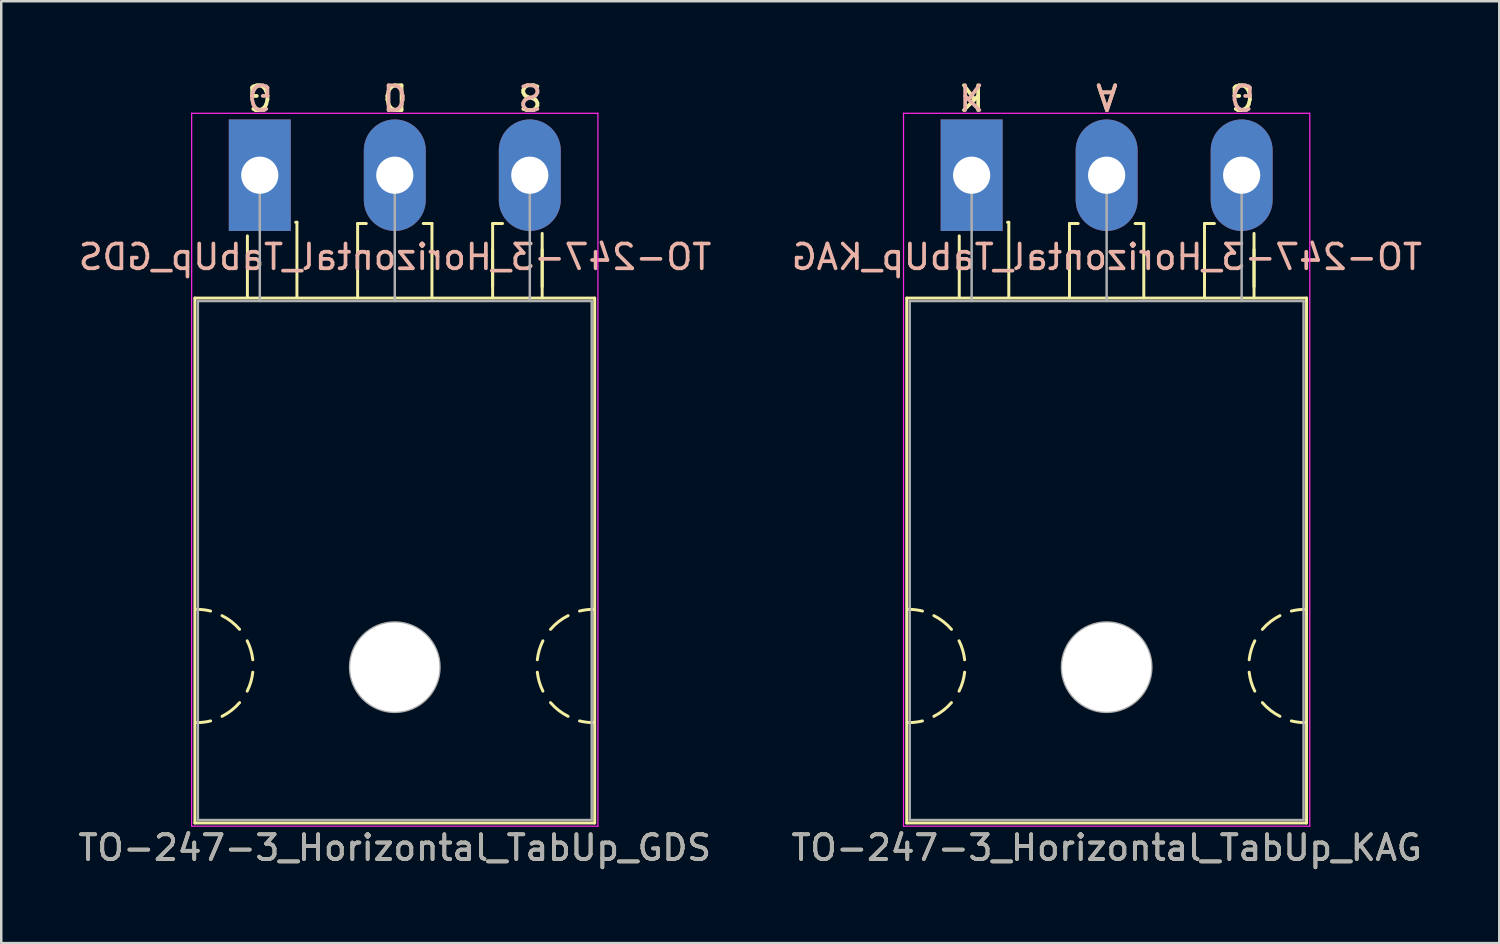
<source format=kicad_pcb>
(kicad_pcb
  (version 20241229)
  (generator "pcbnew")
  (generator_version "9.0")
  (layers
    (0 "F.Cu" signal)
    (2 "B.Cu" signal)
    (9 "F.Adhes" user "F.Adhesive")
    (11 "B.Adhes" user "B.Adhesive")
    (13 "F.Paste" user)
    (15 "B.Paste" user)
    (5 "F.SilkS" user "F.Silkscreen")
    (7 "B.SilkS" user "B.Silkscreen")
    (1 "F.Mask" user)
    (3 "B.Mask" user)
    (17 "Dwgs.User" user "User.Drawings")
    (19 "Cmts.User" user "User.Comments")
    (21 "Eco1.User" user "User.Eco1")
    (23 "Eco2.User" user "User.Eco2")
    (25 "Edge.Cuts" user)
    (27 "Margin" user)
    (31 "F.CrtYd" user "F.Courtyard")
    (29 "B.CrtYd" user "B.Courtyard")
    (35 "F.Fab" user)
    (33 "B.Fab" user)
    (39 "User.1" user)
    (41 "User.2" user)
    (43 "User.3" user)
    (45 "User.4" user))
  (footprint "TO-247-3_Horizontal_TabUp_KAG"
    (layer "F.Cu")
    (at 36.174 4.023)
    (property "Reference" "TO-247-3_Horizontal_TabUp_KAG" (at 5.45 27.15 0) (layer "F.SilkS") (effects (font (size 1 1) (thickness 0.15))))
    (fp_line (start -2.62 4.96) (end -2.62 26.15) (stroke (width 0.12) (type solid)) (layer "F.SilkS"))
    (fp_line (start -2.62 4.96) (end 13.52 4.96) (stroke (width 0.12) (type solid)) (layer "F.SilkS"))
    (fp_line (start -2.62 26.15) (end 13.52 26.15) (stroke (width 0.12) (type solid)) (layer "F.SilkS"))
    (fp_line (start -0.5 4.9) (end -0.5 2.45) (stroke (width 0.12) (type solid)) (layer "F.SilkS"))
    (fp_line (start 1.5 1.9) (end 1.45 1.9) (stroke (width 0.12) (type solid)) (layer "F.SilkS"))
    (fp_line (start 1.5 4.9) (end 1.5 1.9) (stroke (width 0.12) (type solid)) (layer "F.SilkS"))
    (fp_line (start 3.95 1.95) (end 4.3 1.95) (stroke (width 0.12) (type solid)) (layer "F.SilkS"))
    (fp_line (start 3.95 4.95) (end 3.95 1.95) (stroke (width 0.12) (type solid)) (layer "F.SilkS"))
    (fp_line (start 6.95 1.95) (end 6.6 1.95) (stroke (width 0.12) (type solid)) (layer "F.SilkS"))
    (fp_line (start 6.95 4.95) (end 6.95 1.95) (stroke (width 0.12) (type solid)) (layer "F.SilkS"))
    (fp_line (start 9.4 1.95) (end 9.8 1.95) (stroke (width 0.12) (type solid)) (layer "F.SilkS"))
    (fp_line (start 9.4 4.5) (end 9.4 3) (stroke (width 0.12) (type solid)) (layer "F.SilkS"))
    (fp_line (start 9.4 4.95) (end 9.4 1.95) (stroke (width 0.12) (type solid)) (layer "F.SilkS"))
    (fp_line (start 11.4 4.5) (end 11.4 3) (stroke (width 0.12) (type solid)) (layer "F.SilkS"))
    (fp_line (start 11.4 4.95) (end 11.4 2.35) (stroke (width 0.12) (type solid)) (layer "F.SilkS"))
    (fp_line (start 13.52 4.96) (end 13.52 26.15) (stroke (width 0.12) (type solid)) (layer "F.SilkS"))
    (fp_arc (start -2.54 17.526) (mid -2.260689 17.543128) (end -1.985564 17.594254) (stroke (width 0.12) (type solid)) (layer "F.SilkS"))
    (fp_arc (start -1.985564 22.029746) (mid -2.260689 22.080872) (end -2.54 22.098) (stroke (width 0.12) (type solid)) (layer "F.SilkS"))
    (fp_arc (start -1.524001 17.780001) (mid -1.14188 18.02132) (end -0.815088 18.333504) (stroke (width 0.12) (type solid)) (layer "F.SilkS"))
    (fp_arc (start -0.815087 21.290497) (mid -1.141879 21.60268) (end -1.524 21.844) (stroke (width 0.12) (type solid)) (layer "F.SilkS"))
    (fp_arc (start -0.508001 18.796001) (mid -0.361178 19.168563) (end -0.282051 19.561117) (stroke (width 0.12) (type solid)) (layer "F.SilkS"))
    (fp_arc (start -0.282051 20.062883) (mid -0.361178 20.455437) (end -0.508001 20.827999) (stroke (width 0.12) (type solid)) (layer "F.SilkS"))
    (fp_arc (start 11.204051 19.561117) (mid 11.283178 19.168563) (end 11.430001 18.796001) (stroke (width 0.12) (type solid)) (layer "F.SilkS"))
    (fp_arc (start 11.430001 20.827999) (mid 11.283178 20.455437) (end 11.204051 20.062883) (stroke (width 0.12) (type solid)) (layer "F.SilkS"))
    (fp_arc (start 11.737087 18.333503) (mid 12.063879 18.02132) (end 12.446 17.78) (stroke (width 0.12) (type solid)) (layer "F.SilkS"))
    (fp_arc (start 12.446001 21.843999) (mid 12.06388 21.60268) (end 11.737088 21.290496) (stroke (width 0.12) (type solid)) (layer "F.SilkS"))
    (fp_arc (start 12.907564 17.594254) (mid 13.182689 17.543128) (end 13.462 17.526) (stroke (width 0.12) (type solid)) (layer "F.SilkS"))
    (fp_arc (start 13.462 22.098) (mid 13.182689 22.080872) (end 12.907564 22.029746) (stroke (width 0.12) (type solid)) (layer "F.SilkS"))
    (fp_line (start -2.75 -2.5) (end -2.75 26.28) (stroke (width 0.05) (type solid)) (layer "F.CrtYd"))
    (fp_line (start -2.75 26.28) (end 13.65 26.28) (stroke (width 0.05) (type solid)) (layer "F.CrtYd"))
    (fp_line (start 13.65 -2.5) (end -2.75 -2.5) (stroke (width 0.05) (type solid)) (layer "F.CrtYd"))
    (fp_line (start 13.65 26.28) (end 13.65 -2.5) (stroke (width 0.05) (type solid)) (layer "F.CrtYd"))
    (fp_line (start -2.5 5.08) (end -2.5 26.03) (stroke (width 0.1) (type solid)) (layer "F.Fab"))
    (fp_line (start -2.5 26.03) (end 13.4 26.03) (stroke (width 0.1) (type solid)) (layer "F.Fab"))
    (fp_line (start 0 5.08) (end 0 0) (stroke (width 0.1) (type solid)) (layer "F.Fab"))
    (fp_line (start 5.45 5.08) (end 5.45 0) (stroke (width 0.1) (type solid)) (layer "F.Fab"))
    (fp_line (start 10.9 5.08) (end 10.9 0) (stroke (width 0.1) (type solid)) (layer "F.Fab"))
    (fp_line (start 13.4 5.08) (end -2.5 5.08) (stroke (width 0.1) (type solid)) (layer "F.Fab"))
    (fp_line (start 13.4 26.03) (end 13.4 5.08) (stroke (width 0.1) (type solid)) (layer "F.Fab"))
    (fp_circle (center 5.45 19.86) (end 7.255 19.86) (stroke (width 0.1) (type solid)) (fill no) (layer "F.Fab"))
    (fp_text user "G" (at 10.922 -3.175 180) (unlocked yes) (layer "F.SilkS") (effects (font (size 1 1) (thickness 0.15))))
    (fp_text user "K" (at 0 -3.175 180) (unlocked yes) (layer "F.SilkS") (effects (font (size 1 1) (thickness 0.15))))
    (fp_text user "A" (at 5.461 -3.175 180) (unlocked yes) (layer "F.SilkS") (effects (font (size 1 1) (thickness 0.15))))
    (fp_text user "K" (at 0 -3.175 180) (unlocked yes) (layer "B.SilkS") (effects (font (size 1 1) (thickness 0.15)) (justify mirror)))
    (fp_text user "A" (at 5.461 -3.175 180) (unlocked yes) (layer "B.SilkS") (effects (font (size 1 1) (thickness 0.15)) (justify mirror)))
    (fp_text user "G" (at 10.922 -3.175 180) (unlocked yes) (layer "B.SilkS") (effects (font (size 1 1) (thickness 0.15)) (justify mirror)))
    (fp_text user "${REFERENCE}" (at 5.461 3.302 0) (layer "B.SilkS") (effects (font (size 1 1) (thickness 0.15)) (justify mirror)))
    (fp_text user "${REFERENCE}" (at 5.45 27.15 0) (layer "F.Fab") (effects (font (size 1 1) (thickness 0.15))))
    (pad "" np_thru_hole oval (at 5.45 19.86) (size 3.6 3.6) (drill 3.6) (layers "*.Cu" "*.Mask"))
    (pad "1" thru_hole rect (at 0 0) (size 2.5 4.5) (drill 1.5) (layers "*.Cu" "*.Mask"))
    (pad "2" thru_hole oval (at 5.45 0) (size 2.5 4.5) (drill 1.5) (layers "*.Cu" "*.Mask"))
    (pad "3" thru_hole oval (at 10.9 0) (size 2.5 4.5) (drill 1.5) (layers "*.Cu" "*.Mask")))
  (footprint "TO-247-3_Horizontal_TabUp_GDS"
    (layer "F.Cu")
    (at 7.437 4.023)
    (property "Reference" "TO-247-3_Horizontal_TabUp_GDS" (at 5.45 27.15 0) (layer "F.SilkS") (effects (font (size 1 1) (thickness 0.15))))
    (fp_line (start -2.62 4.96) (end -2.62 26.15) (stroke (width 0.12) (type solid)) (layer "F.SilkS"))
    (fp_line (start -2.62 4.96) (end 13.52 4.96) (stroke (width 0.12) (type solid)) (layer "F.SilkS"))
    (fp_line (start -2.62 26.15) (end 13.52 26.15) (stroke (width 0.12) (type solid)) (layer "F.SilkS"))
    (fp_line (start -0.5 4.9) (end -0.5 2.45) (stroke (width 0.12) (type solid)) (layer "F.SilkS"))
    (fp_line (start 1.5 1.9) (end 1.45 1.9) (stroke (width 0.12) (type solid)) (layer "F.SilkS"))
    (fp_line (start 1.5 4.9) (end 1.5 1.9) (stroke (width 0.12) (type solid)) (layer "F.SilkS"))
    (fp_line (start 3.95 1.95) (end 4.3 1.95) (stroke (width 0.12) (type solid)) (layer "F.SilkS"))
    (fp_line (start 3.95 4.95) (end 3.95 1.95) (stroke (width 0.12) (type solid)) (layer "F.SilkS"))
    (fp_line (start 6.95 1.95) (end 6.6 1.95) (stroke (width 0.12) (type solid)) (layer "F.SilkS"))
    (fp_line (start 6.95 4.95) (end 6.95 1.95) (stroke (width 0.12) (type solid)) (layer "F.SilkS"))
    (fp_line (start 9.4 1.95) (end 9.8 1.95) (stroke (width 0.12) (type solid)) (layer "F.SilkS"))
    (fp_line (start 9.4 4.5) (end 9.4 3) (stroke (width 0.12) (type solid)) (layer "F.SilkS"))
    (fp_line (start 9.4 4.95) (end 9.4 1.95) (stroke (width 0.12) (type solid)) (layer "F.SilkS"))
    (fp_line (start 11.4 4.5) (end 11.4 3) (stroke (width 0.12) (type solid)) (layer "F.SilkS"))
    (fp_line (start 11.4 4.95) (end 11.4 2.35) (stroke (width 0.12) (type solid)) (layer "F.SilkS"))
    (fp_line (start 13.52 4.96) (end 13.52 26.15) (stroke (width 0.12) (type solid)) (layer "F.SilkS"))
    (fp_arc (start -2.54 17.526) (mid -2.260689 17.543128) (end -1.985564 17.594254) (stroke (width 0.12) (type solid)) (layer "F.SilkS"))
    (fp_arc (start -1.985564 22.029746) (mid -2.260689 22.080872) (end -2.54 22.098) (stroke (width 0.12) (type solid)) (layer "F.SilkS"))
    (fp_arc (start -1.524001 17.780001) (mid -1.14188 18.02132) (end -0.815088 18.333504) (stroke (width 0.12) (type solid)) (layer "F.SilkS"))
    (fp_arc (start -0.815087 21.290497) (mid -1.141879 21.60268) (end -1.524 21.844) (stroke (width 0.12) (type solid)) (layer "F.SilkS"))
    (fp_arc (start -0.508001 18.796001) (mid -0.361178 19.168563) (end -0.282051 19.561117) (stroke (width 0.12) (type solid)) (layer "F.SilkS"))
    (fp_arc (start -0.282051 20.062883) (mid -0.361178 20.455437) (end -0.508001 20.827999) (stroke (width 0.12) (type solid)) (layer "F.SilkS"))
    (fp_arc (start 11.204051 19.561117) (mid 11.283178 19.168563) (end 11.430001 18.796001) (stroke (width 0.12) (type solid)) (layer "F.SilkS"))
    (fp_arc (start 11.430001 20.827999) (mid 11.283178 20.455437) (end 11.204051 20.062883) (stroke (width 0.12) (type solid)) (layer "F.SilkS"))
    (fp_arc (start 11.737087 18.333503) (mid 12.063879 18.02132) (end 12.446 17.78) (stroke (width 0.12) (type solid)) (layer "F.SilkS"))
    (fp_arc (start 12.446001 21.843999) (mid 12.06388 21.60268) (end 11.737088 21.290496) (stroke (width 0.12) (type solid)) (layer "F.SilkS"))
    (fp_arc (start 12.907564 17.594254) (mid 13.182689 17.543128) (end 13.462 17.526) (stroke (width 0.12) (type solid)) (layer "F.SilkS"))
    (fp_arc (start 13.462 22.098) (mid 13.182689 22.080872) (end 12.907564 22.029746) (stroke (width 0.12) (type solid)) (layer "F.SilkS"))
    (fp_line (start -2.75 -2.5) (end -2.75 26.28) (stroke (width 0.05) (type solid)) (layer "F.CrtYd"))
    (fp_line (start -2.75 26.28) (end 13.65 26.28) (stroke (width 0.05) (type solid)) (layer "F.CrtYd"))
    (fp_line (start 13.65 -2.5) (end -2.75 -2.5) (stroke (width 0.05) (type solid)) (layer "F.CrtYd"))
    (fp_line (start 13.65 26.28) (end 13.65 -2.5) (stroke (width 0.05) (type solid)) (layer "F.CrtYd"))
    (fp_line (start -2.5 5.08) (end -2.5 26.03) (stroke (width 0.1) (type solid)) (layer "F.Fab"))
    (fp_line (start -2.5 26.03) (end 13.4 26.03) (stroke (width 0.1) (type solid)) (layer "F.Fab"))
    (fp_line (start 0 5.08) (end 0 0) (stroke (width 0.1) (type solid)) (layer "F.Fab"))
    (fp_line (start 5.45 5.08) (end 5.45 0) (stroke (width 0.1) (type solid)) (layer "F.Fab"))
    (fp_line (start 10.9 5.08) (end 10.9 0) (stroke (width 0.1) (type solid)) (layer "F.Fab"))
    (fp_line (start 13.4 5.08) (end -2.5 5.08) (stroke (width 0.1) (type solid)) (layer "F.Fab"))
    (fp_line (start 13.4 26.03) (end 13.4 5.08) (stroke (width 0.1) (type solid)) (layer "F.Fab"))
    (fp_circle (center 5.45 19.86) (end 7.255 19.86) (stroke (width 0.1) (type solid)) (fill no) (layer "F.Fab"))
    (fp_text user "G" (at 0 -3.175 180) (unlocked yes) (layer "F.SilkS") (effects (font (size 1 1) (thickness 0.15))))
    (fp_text user "D" (at 5.461 -3.175 180) (unlocked yes) (layer "F.SilkS") (effects (font (size 1 1) (thickness 0.15))))
    (fp_text user "S" (at 10.922 -3.175 180) (unlocked yes) (layer "F.SilkS") (effects (font (size 1 1) (thickness 0.15))))
    (fp_text user "${REFERENCE}" (at 5.461 3.302 0) (layer "B.SilkS") (effects (font (size 1 1) (thickness 0.15)) (justify mirror)))
    (fp_text user "S" (at 10.922 -3.175 180) (unlocked yes) (layer "B.SilkS") (effects (font (size 1 1) (thickness 0.15)) (justify mirror)))
    (fp_text user "G" (at 0 -3.175 180) (unlocked yes) (layer "B.SilkS") (effects (font (size 1 1) (thickness 0.15)) (justify mirror)))
    (fp_text user "D" (at 5.461 -3.175 180) (unlocked yes) (layer "B.SilkS") (effects (font (size 1 1) (thickness 0.15)) (justify mirror)))
    (fp_text user "${REFERENCE}" (at 5.45 27.15 0) (layer "F.Fab") (effects (font (size 1 1) (thickness 0.15))))
    (pad "" np_thru_hole oval (at 5.45 19.86) (size 3.6 3.6) (drill 3.6) (layers "*.Cu" "*.Mask"))
    (pad "1" thru_hole rect (at 0 0) (size 2.5 4.5) (drill 1.5) (layers "*.Cu" "*.Mask"))
    (pad "2" thru_hole oval (at 5.45 0) (size 2.5 4.5) (drill 1.5) (layers "*.Cu" "*.Mask"))
    (pad "3" thru_hole oval (at 10.9 0) (size 2.5 4.5) (drill 1.5) (layers "*.Cu" "*.Mask")))
  (gr_rect
    (start -3 -3)
    (end 57.474 35.022)
    (stroke (width 0.1) (type default))
    (fill no)
    (layer "Edge.Cuts")))
</source>
